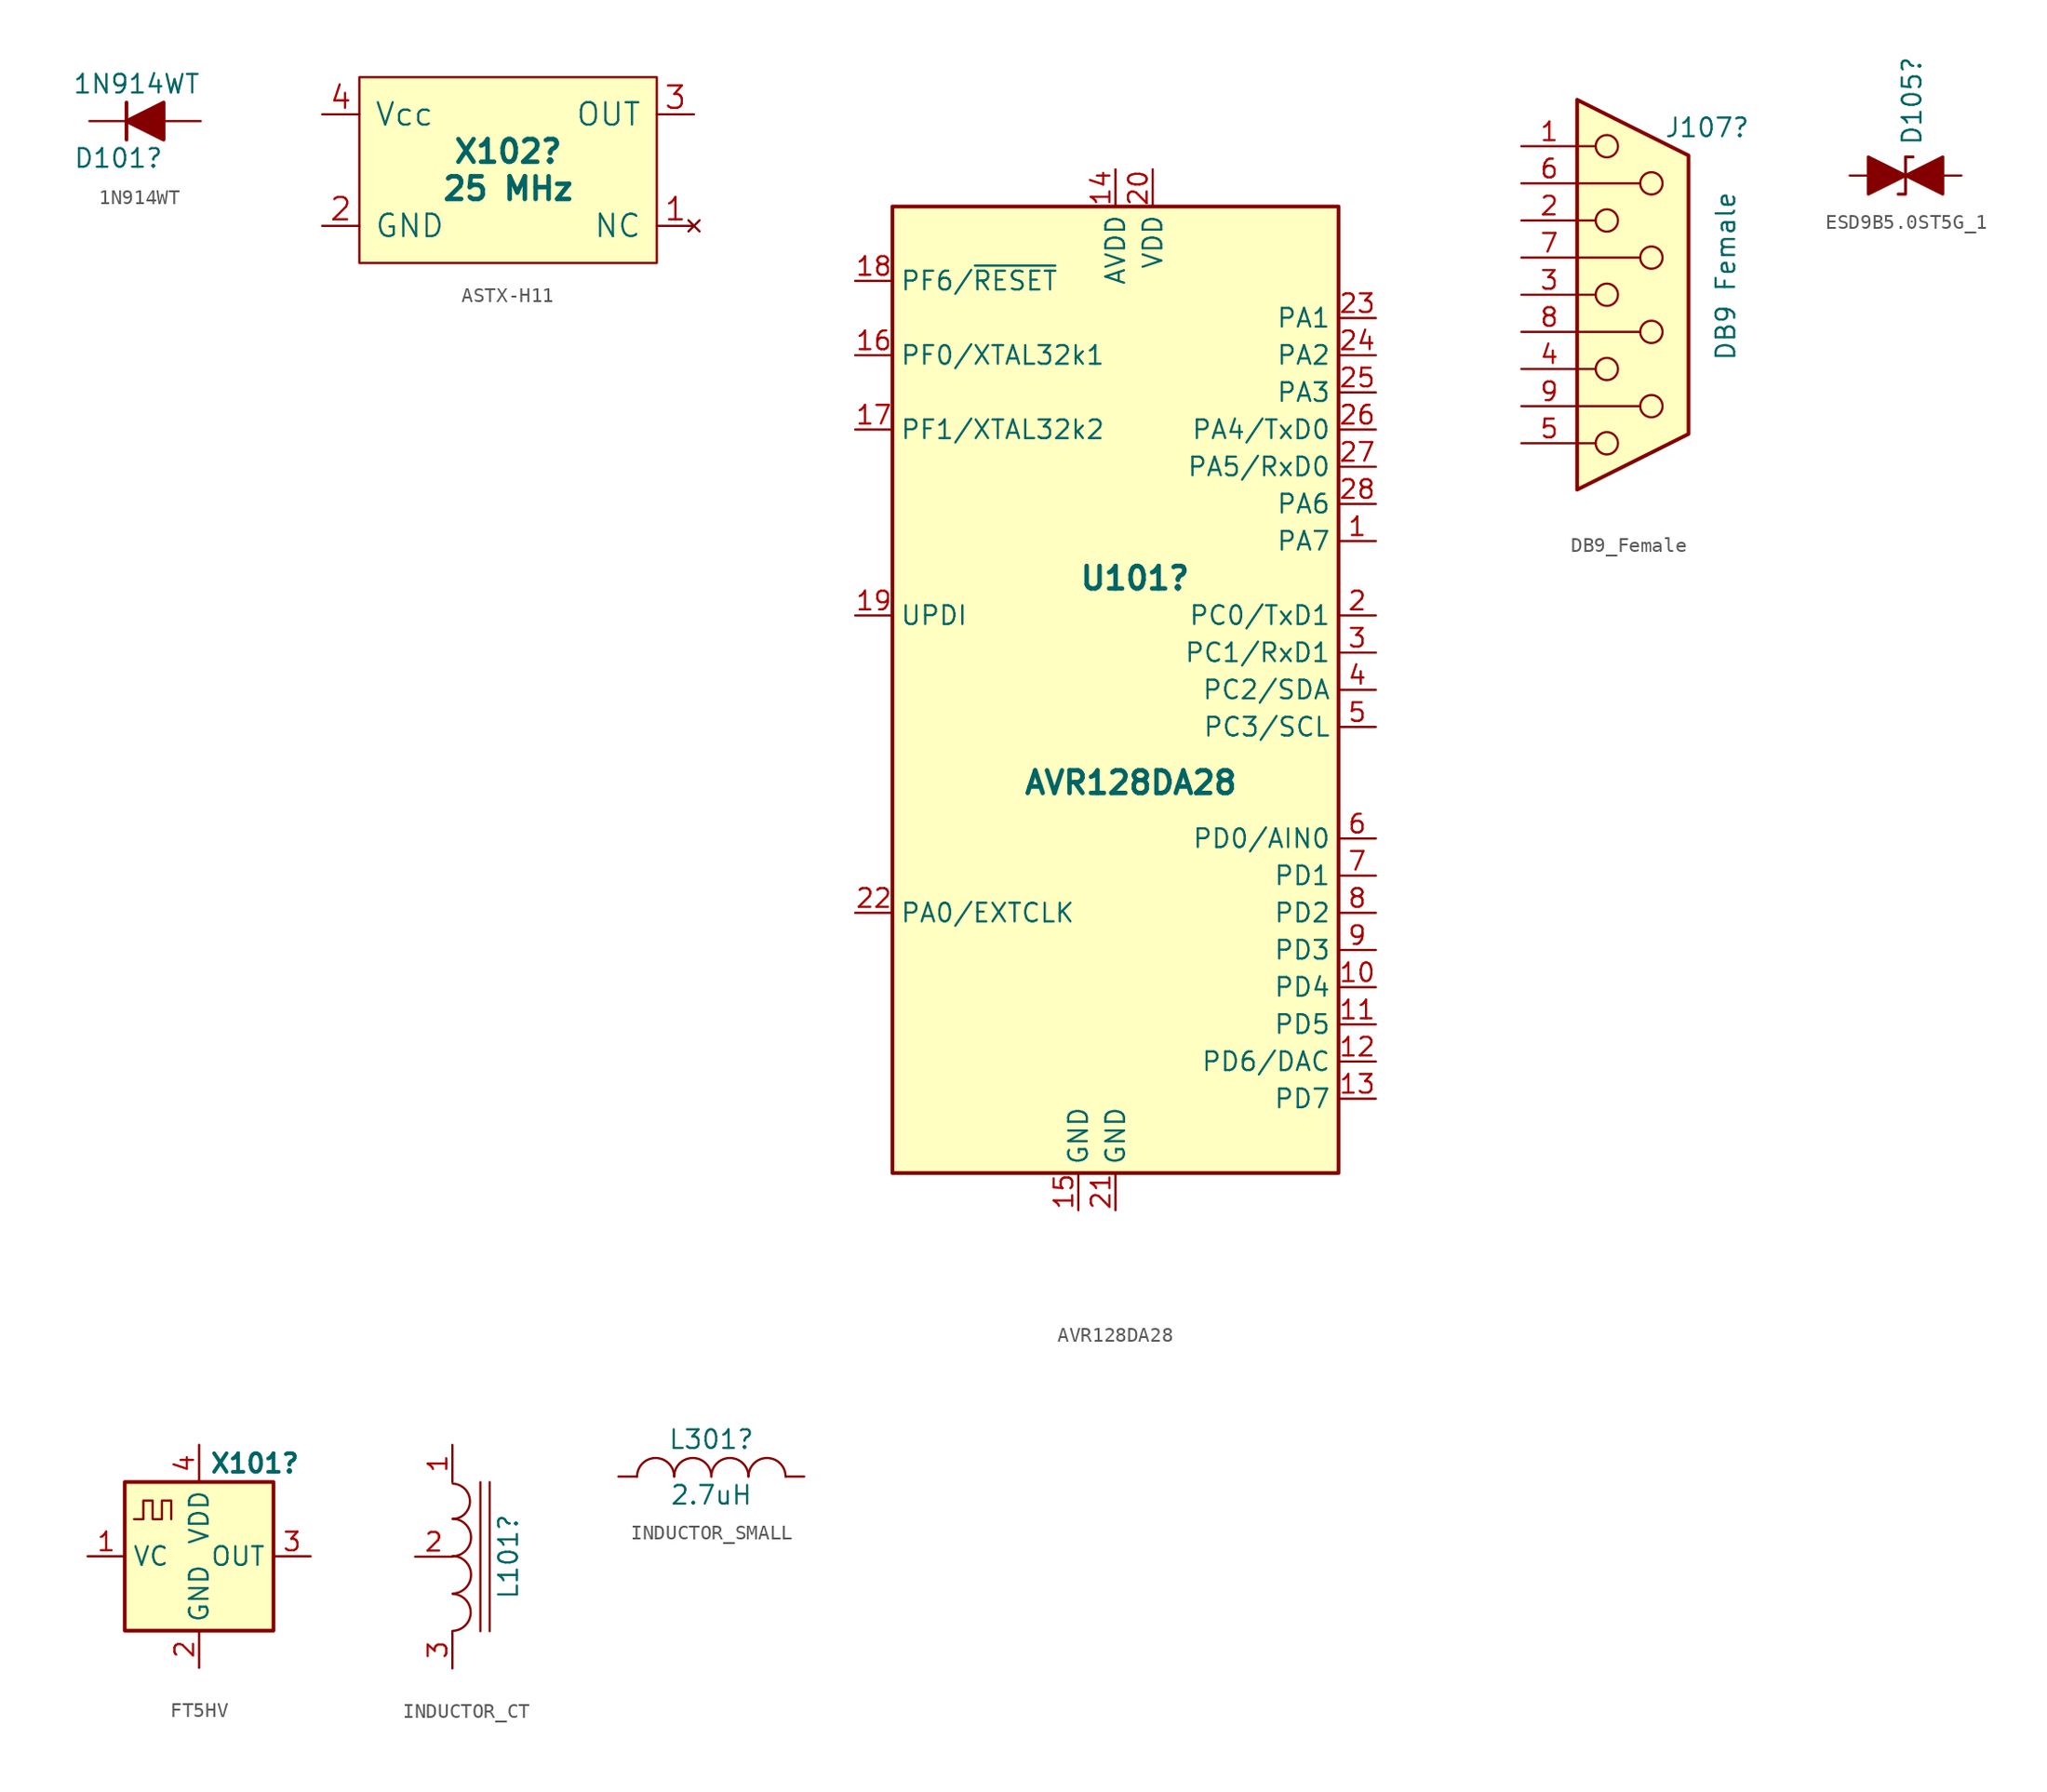
<source format=kicad_sym>
(kicad_symbol_lib
  (version 20241209)
  (generator "kicad_symbol_editor")
  (generator_version "9.0")
  (symbol "1N914WT"
    (pin_numbers
      (hide yes))
    (pin_names
      (offset 1.016)
      (hide yes))
    (property "Reference" "D101"
      (at 1.27 -2.54 0)
      (effects (font (size 1.27 1.27)) (justify right)))
    (property "Value" "1N914WT"
      (at 3.81 2.54 0)
      (effects (font (size 1.27 1.27)) (justify right)))
    (symbol "1N914WT_0_1"
      (polyline (pts (xy -1.27 1.27) (xy -1.27 -1.27)) (stroke (width 0.254) (type default)) (fill (type none)))
      (polyline (pts (xy 1.27 1.27) (xy 1.27 -1.27) (xy -1.27 0) (xy 1.27 1.27)) (stroke (width 0.254) (type default)) (fill (type outline)))
      (polyline (pts (xy 1.27 0) (xy -1.27 0)) (stroke (width 0) (type default)) (fill (type none))))
    (symbol "1N914WT_1_1"
      (pin passive line (at -3.81 0 0) (length 2.54) (name "K" (effects (font (size 1.27 1.27)))) (number "1" (effects (font (size 1.27 1.27)))))
      (pin passive line (at 3.81 0 180) (length 2.54) (name "A" (effects (font (size 1.27 1.27)))) (number "2" (effects (font (size 1.27 1.27)))))))
  (symbol "ASTX-H11"
    (pin_names
      (offset 1.016))
    (property "Reference" "X102"
      (at 0 1.27 0)
      (effects (font (size 1.549 1.549) (bold yes))))
    (property "Value" "25 MHz"
      (at 0 -1.27 0)
      (effects (font (size 1.549 1.549) (bold yes))))
    (symbol "ASTX-H11_0_1"
      (rectangle (start -10.16 -6.35) (end 10.16 6.35) (stroke (width 0) (type default)) (fill (type background))))
    (symbol "ASTX-H11_1_1"
      (pin power_in line (at -12.7 3.81 0) (length 2.54) (name "Vcc" (effects (font (size 1.524 1.524)))) (number "4" (effects (font (size 1.524 1.524)))))
      (pin power_in line (at -12.7 -3.81 0) (length 2.54) (name "GND" (effects (font (size 1.524 1.524)))) (number "2" (effects (font (size 1.524 1.524)))))
      (pin output line (at 12.7 3.81 180) (length 2.54) (name "OUT" (effects (font (size 1.524 1.524)))) (number "3" (effects (font (size 1.524 1.524)))))
      (pin no_connect line (at 12.7 -3.81 180) (length 2.54) (name "NC" (effects (font (size 1.524 1.524)))) (number "1" (effects (font (size 1.524 1.524)))))))
  (symbol "AVR128DA28"
    (property "Reference" "U101"
      (at -2.54 7.62 0)
      (effects (font (size 1.54 1.54) (bold yes)) (justify left)))
    (property "Value" "AVR128DA28"
      (at -6.35 -6.35 0)
      (effects (font (size 1.54 1.54) (bold yes)) (justify left)))
    (symbol "AVR128DA28_0_1"
      (rectangle (start -15.24 -33.02) (end 15.24 33.02) (stroke (width 0.254) (type default)) (fill (type background))))
    (symbol "AVR128DA28_1_1"
      (pin bidirectional line (at -17.78 27.94 0) (length 2.54) (name "PF6/~{RESET}" (effects (font (size 1.27 1.27)))) (number "18" (effects (font (size 1.27 1.27)))))
      (pin input line (at -17.78 22.86 0) (length 2.54) (name "PF0/XTAL32k1" (effects (font (size 1.27 1.27)))) (number "16" (effects (font (size 1.27 1.27)))))
      (pin bidirectional line (at -17.78 17.78 0) (length 2.54) (name "PF1/XTAL32k2" (effects (font (size 1.27 1.27)))) (number "17" (effects (font (size 1.27 1.27)))))
      (pin passive line (at -17.78 5.08 0) (length 2.54) (name "UPDI" (effects (font (size 1.27 1.27)))) (number "19" (effects (font (size 1.27 1.27)))))
      (pin bidirectional line (at -17.78 -15.24 0) (length 2.54) (name "PA0/EXTCLK" (effects (font (size 1.27 1.27)))) (number "22" (effects (font (size 1.27 1.27)))))
      (pin power_in line (at -2.54 -35.56 90) (length 2.54) (name "GND" (effects (font (size 1.27 1.27)))) (number "15" (effects (font (size 1.27 1.27)))))
      (pin power_in line (at 0 35.56 270) (length 2.54) (name "AVDD" (effects (font (size 1.27 1.27)))) (number "14" (effects (font (size 1.27 1.27)))))
      (pin power_in line (at 0 -35.56 90) (length 2.54) (name "GND" (effects (font (size 1.27 1.27)))) (number "21" (effects (font (size 1.27 1.27)))))
      (pin power_in line (at 2.54 35.56 270) (length 2.54) (name "VDD" (effects (font (size 1.27 1.27)))) (number "20" (effects (font (size 1.27 1.27)))))
      (pin bidirectional line (at 17.78 25.4 180) (length 2.54) (name "PA1" (effects (font (size 1.27 1.27)))) (number "23" (effects (font (size 1.27 1.27)))))
      (pin bidirectional line (at 17.78 22.86 180) (length 2.54) (name "PA2" (effects (font (size 1.27 1.27)))) (number "24" (effects (font (size 1.27 1.27)))))
      (pin passive line (at 17.78 20.32 180) (length 2.54) (name "PA3" (effects (font (size 1.27 1.27)))) (number "25" (effects (font (size 1.27 1.27)))))
      (pin bidirectional line (at 17.78 17.78 180) (length 2.54) (name "PA4/TxD0" (effects (font (size 1.27 1.27)))) (number "26" (effects (font (size 1.27 1.27)))))
      (pin bidirectional line (at 17.78 15.24 180) (length 2.54) (name "PA5/RxD0" (effects (font (size 1.27 1.27)))) (number "27" (effects (font (size 1.27 1.27)))))
      (pin bidirectional line (at 17.78 12.7 180) (length 2.54) (name "PA6" (effects (font (size 1.27 1.27)))) (number "28" (effects (font (size 1.27 1.27)))))
      (pin bidirectional line (at 17.78 10.16 180) (length 2.54) (name "PA7" (effects (font (size 1.27 1.27)))) (number "1" (effects (font (size 1.27 1.27)))))
      (pin bidirectional line (at 17.78 5.08 180) (length 2.54) (name "PC0/TxD1" (effects (font (size 1.27 1.27)))) (number "2" (effects (font (size 1.27 1.27)))))
      (pin bidirectional line (at 17.78 2.54 180) (length 2.54) (name "PC1/RxD1" (effects (font (size 1.27 1.27)))) (number "3" (effects (font (size 1.27 1.27)))))
      (pin bidirectional line (at 17.78 0 180) (length 2.54) (name "PC2/SDA" (effects (font (size 1.27 1.27)))) (number "4" (effects (font (size 1.27 1.27)))))
      (pin bidirectional line (at 17.78 -2.54 180) (length 2.54) (name "PC3/SCL" (effects (font (size 1.27 1.27)))) (number "5" (effects (font (size 1.27 1.27)))))
      (pin bidirectional line (at 17.78 -10.16 180) (length 2.54) (name "PD0/AIN0" (effects (font (size 1.27 1.27)))) (number "6" (effects (font (size 1.27 1.27)))))
      (pin bidirectional line (at 17.78 -12.7 180) (length 2.54) (name "PD1" (effects (font (size 1.27 1.27)))) (number "7" (effects (font (size 1.27 1.27)))))
      (pin bidirectional line (at 17.78 -15.24 180) (length 2.54) (name "PD2" (effects (font (size 1.27 1.27)))) (number "8" (effects (font (size 1.27 1.27)))))
      (pin bidirectional line (at 17.78 -17.78 180) (length 2.54) (name "PD3" (effects (font (size 1.27 1.27)))) (number "9" (effects (font (size 1.27 1.27)))))
      (pin bidirectional line (at 17.78 -20.32 180) (length 2.54) (name "PD4" (effects (font (size 1.27 1.27)))) (number "10" (effects (font (size 1.27 1.27)))))
      (pin bidirectional line (at 17.78 -22.86 180) (length 2.54) (name "PD5" (effects (font (size 1.27 1.27)))) (number "11" (effects (font (size 1.27 1.27)))))
      (pin bidirectional line (at 17.78 -25.4 180) (length 2.54) (name "PD6/DAC" (effects (font (size 1.27 1.27)))) (number "12" (effects (font (size 1.27 1.27)))))
      (pin bidirectional line (at 17.78 -27.94 180) (length 2.54) (name "PD7" (effects (font (size 1.27 1.27)))) (number "13" (effects (font (size 1.27 1.27)))))))
  (symbol "DB9_Female"
    (pin_names
      (offset 1.016)
      (hide yes))
    (property "Reference" "J107"
      (at 5.08 11.43 0)
      (effects (font (size 1.27 1.27))))
    (property "Value" "DB9 Female"
      (at 6.35 1.27 90)
      (effects (font (size 1.27 1.27))))
    (symbol "DB9_Female_0_1"
      (polyline (pts (xy -3.81 13.335) (xy -3.81 -13.335) (xy 3.81 -9.525) (xy 3.81 9.525) (xy -3.81 13.335)) (stroke (width 0.254) (type default)) (fill (type background)))
      (polyline (pts (xy -3.81 10.16) (xy -2.54 10.16)) (stroke (width 0) (type default)) (fill (type none)))
      (polyline (pts (xy -3.81 7.62) (xy 0.508 7.62)) (stroke (width 0) (type default)) (fill (type none)))
      (polyline (pts (xy -3.81 5.08) (xy -2.54 5.08)) (stroke (width 0) (type default)) (fill (type none)))
      (polyline (pts (xy -3.81 2.54) (xy 0.508 2.54)) (stroke (width 0) (type default)) (fill (type none)))
      (polyline (pts (xy -3.81 0) (xy -2.54 0)) (stroke (width 0) (type default)) (fill (type none)))
      (polyline (pts (xy -3.81 -2.54) (xy 0.508 -2.54)) (stroke (width 0) (type default)) (fill (type none)))
      (polyline (pts (xy -3.81 -5.08) (xy -2.54 -5.08)) (stroke (width 0) (type default)) (fill (type none)))
      (polyline (pts (xy -3.81 -7.62) (xy 0.508 -7.62)) (stroke (width 0) (type default)) (fill (type none)))
      (polyline (pts (xy -3.81 -10.16) (xy -2.54 -10.16)) (stroke (width 0) (type default)) (fill (type none)))
      (circle (center -1.778 10.16) (radius 0.762) (stroke (width 0) (type default)) (fill (type none)))
      (circle (center -1.778 5.08) (radius 0.762) (stroke (width 0) (type default)) (fill (type none)))
      (circle (center -1.778 0) (radius 0.762) (stroke (width 0) (type default)) (fill (type none)))
      (circle (center -1.778 -5.08) (radius 0.762) (stroke (width 0) (type default)) (fill (type none)))
      (circle (center -1.778 -10.16) (radius 0.762) (stroke (width 0) (type default)) (fill (type none)))
      (circle (center 1.27 7.62) (radius 0.762) (stroke (width 0) (type default)) (fill (type none)))
      (circle (center 1.27 2.54) (radius 0.762) (stroke (width 0) (type default)) (fill (type none)))
      (circle (center 1.27 -2.54) (radius 0.762) (stroke (width 0) (type default)) (fill (type none)))
      (circle (center 1.27 -7.62) (radius 0.762) (stroke (width 0) (type default)) (fill (type none))))
    (symbol "DB9_Female_1_1"
      (pin passive line (at -7.62 10.16 0) (length 3.81) (name "1" (effects (font (size 1.27 1.27)))) (number "1" (effects (font (size 1.27 1.27)))))
      (pin passive line (at -7.62 7.62 0) (length 3.81) (name "6" (effects (font (size 1.27 1.27)))) (number "6" (effects (font (size 1.27 1.27)))))
      (pin passive line (at -7.62 5.08 0) (length 3.81) (name "2" (effects (font (size 1.27 1.27)))) (number "2" (effects (font (size 1.27 1.27)))))
      (pin passive line (at -7.62 2.54 0) (length 3.81) (name "7" (effects (font (size 1.27 1.27)))) (number "7" (effects (font (size 1.27 1.27)))))
      (pin passive line (at -7.62 0 0) (length 3.81) (name "3" (effects (font (size 1.27 1.27)))) (number "3" (effects (font (size 1.27 1.27)))))
      (pin passive line (at -7.62 -2.54 0) (length 3.81) (name "8" (effects (font (size 1.27 1.27)))) (number "8" (effects (font (size 1.27 1.27)))))
      (pin passive line (at -7.62 -5.08 0) (length 3.81) (name "4" (effects (font (size 1.27 1.27)))) (number "4" (effects (font (size 1.27 1.27)))))
      (pin passive line (at -7.62 -7.62 0) (length 3.81) (name "9" (effects (font (size 1.27 1.27)))) (number "9" (effects (font (size 1.27 1.27)))))
      (pin passive line (at -7.62 -10.16 0) (length 3.81) (name "5" (effects (font (size 1.27 1.27)))) (number "5" (effects (font (size 1.27 1.27)))))))
  (symbol "ESD9B5.0ST5G_1"
    (pin_numbers
      (hide yes))
    (pin_names
      (offset 1.016)
      (hide yes))
    (property "Reference" "D105"
      (at 0.434 2.007 90)
      (effects (font (size 1.27 1.27)) (justify left)))
    (symbol "ESD9B5.0ST5G_1_0_1"
      (polyline (pts (xy -2.54 -1.27) (xy 0 0) (xy -2.54 1.27) (xy -2.54 -1.27)) (stroke (width 0.203) (type default)) (fill (type outline)))
      (polyline (pts (xy 0.508 1.27) (xy 0 1.27) (xy 0 -1.27) (xy -0.508 -1.27)) (stroke (width 0.203) (type default)) (fill (type none)))
      (polyline (pts (xy 1.27 0) (xy -1.27 0)) (stroke (width 0) (type default)) (fill (type none)))
      (polyline (pts (xy 2.54 1.27) (xy 2.54 -1.27) (xy 0 0) (xy 2.54 1.27)) (stroke (width 0.203) (type default)) (fill (type outline))))
    (symbol "ESD9B5.0ST5G_1_1_1"
      (pin passive line (at -3.81 0 0) (length 2.54) (name "A1" (effects (font (size 1.27 1.27)))) (number "1" (effects (font (size 1.27 1.27)))))
      (pin passive line (at 3.81 0 180) (length 2.54) (name "A2" (effects (font (size 1.27 1.27)))) (number "2" (effects (font (size 1.27 1.27)))))))
  (symbol "FT5HV"
    (property "Reference" "X101"
      (at 3.81 6.35 0)
      (effects (font (size 1.27 1.27) (bold yes))))
    (symbol "FT5HV_0_1"
      (rectangle (start -5.08 5.08) (end 5.08 -5.08) (stroke (width 0.254) (type default)) (fill (type background)))
      (polyline (pts (xy -4.445 2.54) (xy -3.81 2.54) (xy -3.81 3.81) (xy -3.175 3.81) (xy -3.175 2.54) (xy -2.54 2.54) (xy -2.54 3.81) (xy -1.905 3.81) (xy -1.905 2.54)) (stroke (width 0) (type default)) (fill (type none))))
    (symbol "FT5HV_1_1"
      (pin input line (at -7.62 0 0) (length 2.54) (name "VC" (effects (font (size 1.27 1.27)))) (number "1" (effects (font (size 1.27 1.27)))))
      (pin power_in line (at 0 7.62 270) (length 2.54) (name "VDD" (effects (font (size 1.27 1.27)))) (number "4" (effects (font (size 1.27 1.27)))))
      (pin power_in line (at 0 -7.62 90) (length 2.54) (name "GND" (effects (font (size 1.27 1.27)))) (number "2" (effects (font (size 1.27 1.27)))))
      (pin output line (at 7.62 0 180) (length 2.54) (name "OUT" (effects (font (size 1.27 1.27)))) (number "3" (effects (font (size 1.27 1.27)))))))
  (symbol "INDUCTOR_CT"
    (pin_names
      (offset 1.016)
      (hide yes))
    (property "Reference" "L101"
      (at 3.81 0 90)
      (effects (font (size 1.27 1.27))))
    (property "Datasheet" ""
      (at 0 0 0)
      (effects (font (size 1.27 1.27))))
    (symbol "INDUCTOR_CT_0_1"
      (arc (start 0.0254 4.9784) (mid 1.1942 3.7719) (end 0.0254 2.5654) (stroke (width 0) (type default)) (fill (type none)))
      (arc (start 0.0254 2.5908) (mid 1.2704 1.3081) (end 0.0254 0.0254) (stroke (width 0) (type default)) (fill (type none)))
      (arc (start 0.0254 0.0508) (mid 1.2704 -1.2319) (end 0.0254 -2.5146) (stroke (width 0) (type default)) (fill (type none)))
      (arc (start 0.0254 -2.54) (mid 1.245 -3.7973) (end 0.0254 -5.0546) (stroke (width 0) (type default)) (fill (type none)))
      (polyline (pts (xy 1.905 5.08) (xy 1.905 -5.08)) (stroke (width 0) (type default)) (fill (type none)))
      (polyline (pts (xy 2.54 5.08) (xy 2.54 -5.08)) (stroke (width 0) (type default)) (fill (type none))))
    (symbol "INDUCTOR_CT_1_1"
      (pin passive line (at -2.54 0 0) (length 2.54) (name "TAP" (effects (font (size 1.27 1.27)))) (number "2" (effects (font (size 1.27 1.27)))))
      (pin passive line (at 0 7.62 270) (length 2.54) (name "1" (effects (font (size 1.27 1.27)))) (number "1" (effects (font (size 1.27 1.27)))))
      (pin passive line (at 0 -7.62 90) (length 2.54) (name "3" (effects (font (size 1.27 1.27)))) (number "3" (effects (font (size 1.27 1.27)))))))
  (symbol "INDUCTOR_SMALL"
    (pin_numbers
      (hide yes))
    (pin_names
      (offset 0)
      (hide yes))
    (property "Reference" "L301"
      (at 0 2.54 0)
      (effects (font (size 1.27 1.27))))
    (property "Value" "2.7uH"
      (at 0 -1.27 0)
      (effects (font (size 1.27 1.27))))
    (symbol "INDUCTOR_SMALL_0_1"
      (arc (start -5.08 0) (mid -3.81 1.2645) (end -2.54 0) (stroke (width 0) (type default)) (fill (type none)))
      (arc (start -2.54 0) (mid -1.27 1.2645) (end 0 0) (stroke (width 0) (type default)) (fill (type none)))
      (arc (start 0 0) (mid 1.27 1.2645) (end 2.54 0) (stroke (width 0) (type default)) (fill (type none)))
      (arc (start 2.54 0) (mid 3.81 1.2645) (end 5.08 0) (stroke (width 0) (type default)) (fill (type none))))
    (symbol "INDUCTOR_SMALL_1_1"
      (pin input line (at -6.35 0 0) (length 1.27) (name "1" (effects (font (size 0.762 0.762)))) (number "1" (effects (font (size 0.762 0.762)))))
      (pin input line (at 6.35 0 180) (length 1.27) (name "2" (effects (font (size 0.762 0.762)))) (number "2" (effects (font (size 0.762 0.762))))))))
</source>
